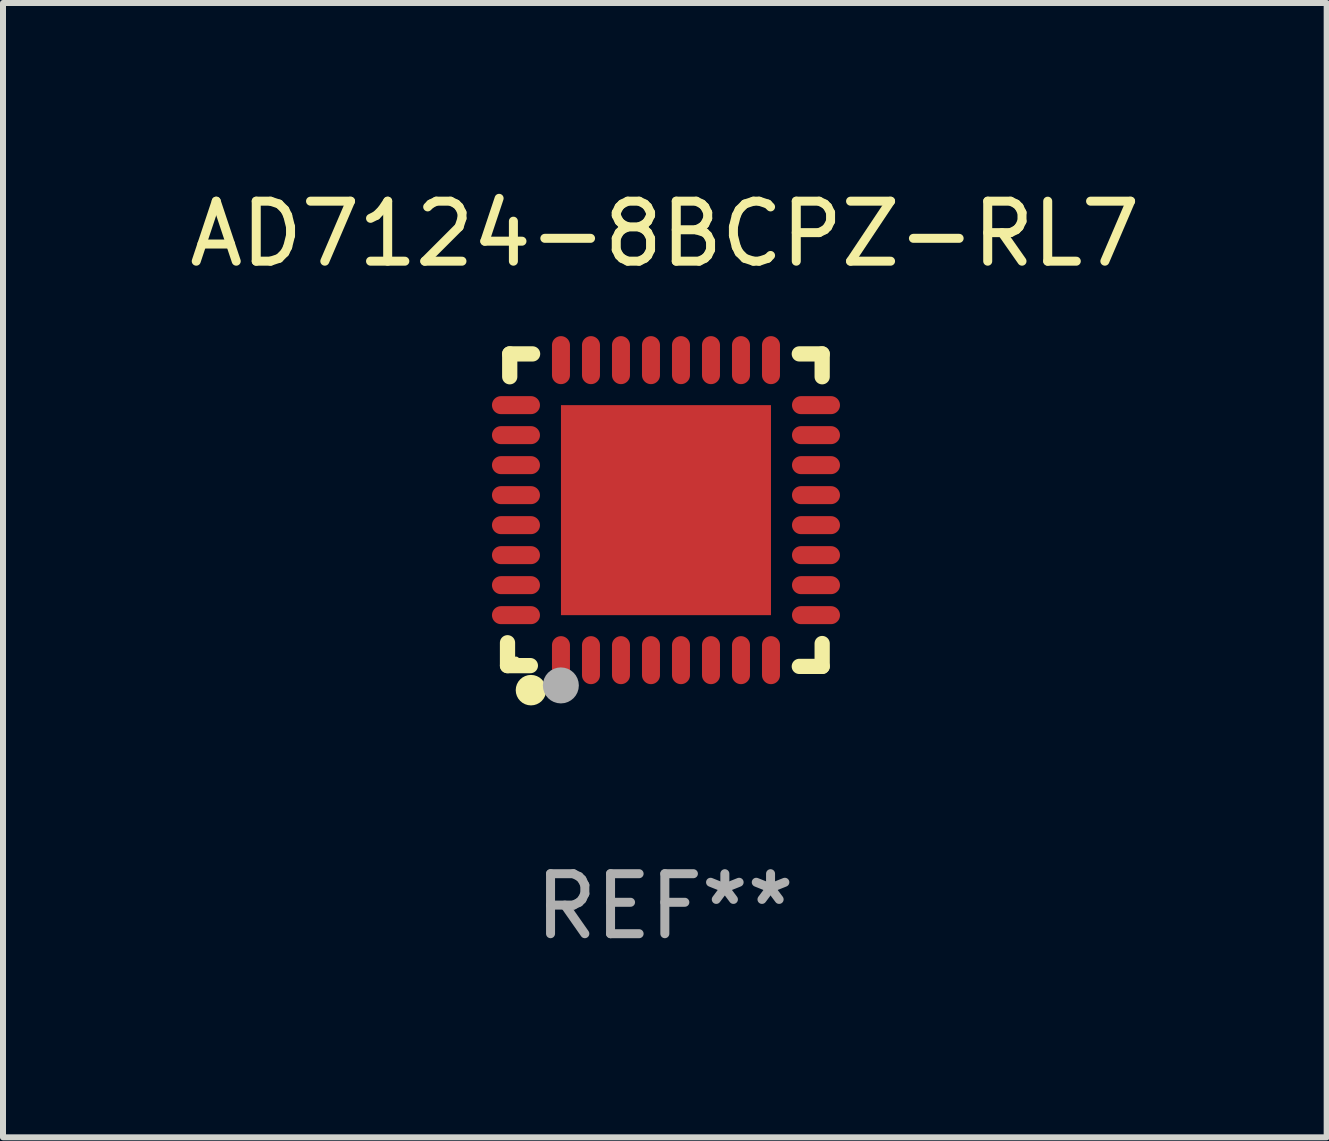
<source format=kicad_pcb>
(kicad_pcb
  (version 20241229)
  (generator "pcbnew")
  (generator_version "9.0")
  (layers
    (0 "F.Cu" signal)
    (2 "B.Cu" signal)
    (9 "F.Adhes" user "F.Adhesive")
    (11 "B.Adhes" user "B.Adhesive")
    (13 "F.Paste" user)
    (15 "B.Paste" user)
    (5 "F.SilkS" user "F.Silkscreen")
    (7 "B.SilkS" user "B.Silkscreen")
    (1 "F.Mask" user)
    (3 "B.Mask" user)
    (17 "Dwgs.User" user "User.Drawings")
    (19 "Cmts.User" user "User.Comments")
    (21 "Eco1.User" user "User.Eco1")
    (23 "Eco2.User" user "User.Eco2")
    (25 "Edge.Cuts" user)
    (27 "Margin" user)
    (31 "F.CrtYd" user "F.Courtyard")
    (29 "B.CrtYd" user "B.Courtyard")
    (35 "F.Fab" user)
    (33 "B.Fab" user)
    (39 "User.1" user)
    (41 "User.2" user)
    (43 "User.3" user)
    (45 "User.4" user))
  (footprint "AD7124-8BCPZ-RL7"
    (layer "F.Cu")
    (at 8.03 5.452)
    (property "Reference" "AD7124-8BCPZ-RL7" (at 0 -4.604 0) (layer "F.SilkS") (effects (font (size 1 1) (thickness 0.15))))
    (attr through_hole)
    (fp_line (start -2.622 2.21) (end -2.622 2.591) (stroke (width 0.254) (type solid)) (layer "F.SilkS"))
    (fp_line (start -2.622 2.591) (end -2.241 2.591) (stroke (width 0.254) (type solid)) (layer "F.SilkS"))
    (fp_line (start -2.585 -2.604) (end -2.585 -2.223) (stroke (width 0.254) (type solid)) (layer "F.SilkS"))
    (fp_line (start -2.204 -2.604) (end -2.585 -2.604) (stroke (width 0.254) (type solid)) (layer "F.SilkS"))
    (fp_line (start 2.241 2.604) (end 2.622 2.604) (stroke (width 0.254) (type solid)) (layer "F.SilkS"))
    (fp_line (start 2.622 -2.604) (end 2.241 -2.604) (stroke (width 0.254) (type solid)) (layer "F.SilkS"))
    (fp_line (start 2.622 -2.223) (end 2.622 -2.604) (stroke (width 0.254) (type solid)) (layer "F.SilkS"))
    (fp_line (start 2.622 2.604) (end 2.622 2.223) (stroke (width 0.254) (type solid)) (layer "F.SilkS"))
    (fp_circle (center -2.481 2.5) (end -2.451 2.5) (stroke (width 0.06) (type solid)) (fill no) (layer "F.SilkS"))
    (fp_circle (center -2.231 3) (end -2.104 3) (stroke (width 0.254) (type solid)) (fill no) (layer "F.SilkS"))
    (fp_circle (center -1.733 2.921) (end -1.583 2.921) (stroke (width 0.3) (type solid)) (fill no) (layer "F.Fab"))
    (fp_text user "REF**" (at 0 6.604 0) (layer "F.Fab") (effects (font (size 1 1) (thickness 0.15))))
    (pad "1" smd oval (at -1.731 2.5 90) (size 0.8 0.3) (layers "F.Cu" "F.Mask" "F.Paste"))
    (pad "2" smd oval (at -1.231 2.5 90) (size 0.8 0.3) (layers "F.Cu" "F.Mask" "F.Paste"))
    (pad "3" smd oval (at -0.731 2.5 90) (size 0.8 0.3) (layers "F.Cu" "F.Mask" "F.Paste"))
    (pad "4" smd oval (at -0.231 2.5 90) (size 0.8 0.3) (layers "F.Cu" "F.Mask" "F.Paste"))
    (pad "5" smd oval (at 0.269 2.5 90) (size 0.8 0.3) (layers "F.Cu" "F.Mask" "F.Paste"))
    (pad "6" smd oval (at 0.769 2.5 90) (size 0.8 0.3) (layers "F.Cu" "F.Mask" "F.Paste"))
    (pad "7" smd oval (at 1.269 2.5 90) (size 0.8 0.3) (layers "F.Cu" "F.Mask" "F.Paste"))
    (pad "8" smd oval (at 1.769 2.5 90) (size 0.8 0.3) (layers "F.Cu" "F.Mask" "F.Paste"))
    (pad "9" smd oval (at 2.519 1.75 180) (size 0.8 0.3) (layers "F.Cu" "F.Mask" "F.Paste"))
    (pad "10" smd oval (at 2.519 1.25 180) (size 0.8 0.3) (layers "F.Cu" "F.Mask" "F.Paste"))
    (pad "11" smd oval (at 2.519 0.75 180) (size 0.8 0.3) (layers "F.Cu" "F.Mask" "F.Paste"))
    (pad "12" smd oval (at 2.519 0.25 180) (size 0.8 0.3) (layers "F.Cu" "F.Mask" "F.Paste"))
    (pad "13" smd oval (at 2.519 -0.25 180) (size 0.8 0.3) (layers "F.Cu" "F.Mask" "F.Paste"))
    (pad "14" smd oval (at 2.519 -0.75 180) (size 0.8 0.3) (layers "F.Cu" "F.Mask" "F.Paste"))
    (pad "15" smd oval (at 2.519 -1.25 180) (size 0.8 0.3) (layers "F.Cu" "F.Mask" "F.Paste"))
    (pad "16" smd oval (at 2.519 -1.75 180) (size 0.8 0.3) (layers "F.Cu" "F.Mask" "F.Paste"))
    (pad "17" smd oval (at 1.769 -2.5 270) (size 0.8 0.3) (layers "F.Cu" "F.Mask" "F.Paste"))
    (pad "18" smd oval (at 1.269 -2.5 270) (size 0.8 0.3) (layers "F.Cu" "F.Mask" "F.Paste"))
    (pad "19" smd oval (at 0.769 -2.5 270) (size 0.8 0.3) (layers "F.Cu" "F.Mask" "F.Paste"))
    (pad "20" smd oval (at 0.269 -2.5 270) (size 0.8 0.3) (layers "F.Cu" "F.Mask" "F.Paste"))
    (pad "21" smd oval (at -0.231 -2.5 270) (size 0.8 0.3) (layers "F.Cu" "F.Mask" "F.Paste"))
    (pad "22" smd oval (at -0.731 -2.5 270) (size 0.8 0.3) (layers "F.Cu" "F.Mask" "F.Paste"))
    (pad "23" smd oval (at -1.231 -2.5 270) (size 0.8 0.3) (layers "F.Cu" "F.Mask" "F.Paste"))
    (pad "24" smd oval (at -1.731 -2.5 270) (size 0.8 0.3) (layers "F.Cu" "F.Mask" "F.Paste"))
    (pad "25" smd oval (at -2.481 -1.75) (size 0.8 0.3) (layers "F.Cu" "F.Mask" "F.Paste"))
    (pad "26" smd oval (at -2.481 -1.25) (size 0.8 0.3) (layers "F.Cu" "F.Mask" "F.Paste"))
    (pad "27" smd oval (at -2.481 -0.75) (size 0.8 0.3) (layers "F.Cu" "F.Mask" "F.Paste"))
    (pad "28" smd oval (at -2.481 -0.25) (size 0.8 0.3) (layers "F.Cu" "F.Mask" "F.Paste"))
    (pad "29" smd oval (at -2.481 0.25) (size 0.8 0.3) (layers "F.Cu" "F.Mask" "F.Paste"))
    (pad "30" smd oval (at -2.481 0.75) (size 0.8 0.3) (layers "F.Cu" "F.Mask" "F.Paste"))
    (pad "31" smd oval (at -2.481 1.25) (size 0.8 0.3) (layers "F.Cu" "F.Mask" "F.Paste"))
    (pad "32" smd oval (at -2.481 1.75) (size 0.8 0.3) (layers "F.Cu" "F.Mask" "F.Paste"))
    (pad "33" smd rect (at 0.019 -0.000025 90) (size 3.5 3.5) (layers "F.Cu" "F.Mask" "F.Paste")))
  (gr_rect
    (start -3 -3)
    (end 19.06 15.904)
    (stroke (width 0.1) (type default))
    (fill no)
    (layer "Edge.Cuts")))
</source>
